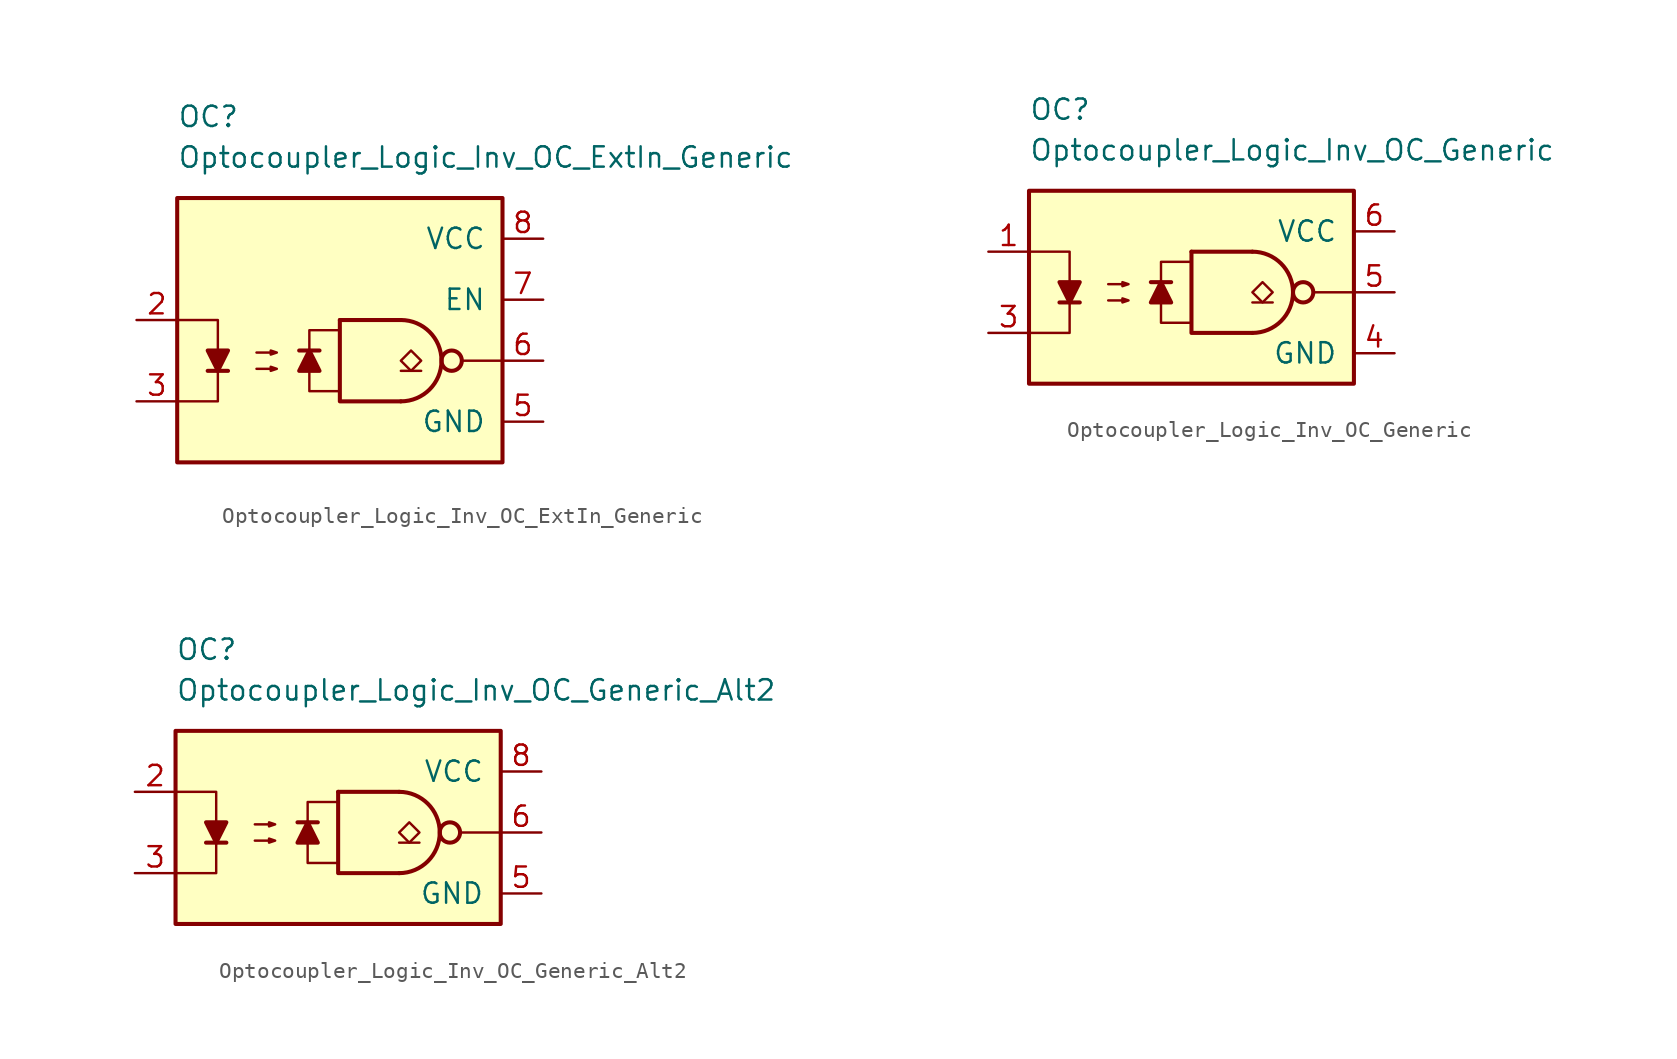
<source format=kicad_sym>
(kicad_symbol_lib
  (version 20211014)
  (generator kicad_symbol_editor)
  (symbol "Optocoupler_Logic_AKL:Optocoupler_Logic_Inv_OC_ExtIn_Generic"
    (pin_names
      (offset 1.016))
    (property "Reference" "OC"
      (at -10.16 15.24 0)
      (effects (font (size 1.27 1.27)) (justify left)))
    (property "Value" "Optocoupler_Logic_Inv_OC_ExtIn_Generic"
      (at -10.16 12.7 0)
      (effects (font (size 1.27 1.27)) (justify left)))
    (symbol "Optocoupler_Logic_Inv_OC_ExtIn_Generic_0_0"
      (rectangle (start -10.16 10.16) (end 10.16 -6.35) (stroke (width 0.254) (type default) (color 0 0 0 0)) (fill (type background)))
      (polyline (pts (xy 10.16 0) (xy 7.62 0)) (stroke (width 0) (type default) (color 0 0 0 0)) (fill (type none))))
    (symbol "Optocoupler_Logic_Inv_OC_ExtIn_Generic_0_1"
      (polyline (pts (xy -8.255 -0.635) (xy -6.985 -0.635)) (stroke (width 0.254) (type default) (color 0 0 0 0)) (fill (type none)))
      (polyline (pts (xy 0 2.54) (xy 3.81 2.54)) (stroke (width 0.254) (type default) (color 0 0 0 0)) (fill (type none)))
      (polyline (pts (xy 5.08 -0.635) (xy 3.81 -0.635)) (stroke (width 0.152) (type default) (color 0 0 0 0)) (fill (type none)))
      (polyline (pts (xy -10.16 2.54) (xy -7.62 2.54) (xy -7.62 -0.635)) (stroke (width 0) (type default) (color 0 0 0 0)) (fill (type none)))
      (polyline (pts (xy -7.62 -0.635) (xy -7.62 -2.54) (xy -10.16 -2.54)) (stroke (width 0) (type default) (color 0 0 0 0)) (fill (type none)))
      (polyline (pts (xy 0 2.54) (xy 0 -2.54) (xy 3.81 -2.54)) (stroke (width 0.254) (type default) (color 0 0 0 0)) (fill (type none)))
      (polyline (pts (xy -7.62 -0.635) (xy -8.255 0.635) (xy -6.985 0.635) (xy -7.62 -0.635)) (stroke (width 0.254) (type default) (color 0 0 0 0)) (fill (type outline)))
      (polyline (pts (xy -5.207 -0.508) (xy -3.937 -0.508) (xy -4.318 -0.635) (xy -4.318 -0.381) (xy -3.937 -0.508)) (stroke (width 0) (type default) (color 0 0 0 0)) (fill (type none)))
      (polyline (pts (xy -5.207 0.508) (xy -3.937 0.508) (xy -4.318 0.381) (xy -4.318 0.635) (xy -3.937 0.508)) (stroke (width 0) (type default) (color 0 0 0 0)) (fill (type none)))
      (polyline (pts (xy 4.445 -0.635) (xy 3.81 0) (xy 4.445 0.635) (xy 5.08 0) (xy 4.445 -0.635)) (stroke (width 0.152) (type default) (color 0 0 0 0)) (fill (type none)))
      (arc (start 3.81 -2.54) (mid 6.35 0) (end 3.81 2.54) (stroke (width 0.254) (type default) (color 0 0 0 0)) (fill (type none)))
      (circle (center 6.985 0) (radius 0.635) (stroke (width 0.254)) (stroke (width 0.254) (type default) (color 0 0 0 0)) (fill (type none))))
    (symbol "Optocoupler_Logic_Inv_OC_ExtIn_Generic_1_1"
      (polyline (pts (xy -1.27 0.635) (xy -2.54 0.635)) (stroke (width 0.254) (type default) (color 0 0 0 0)) (fill (type none)))
      (polyline (pts (xy -1.905 0.635) (xy -1.27 -0.635) (xy -2.54 -0.635) (xy -1.905 0.635)) (stroke (width 0.254) (type default) (color 0 0 0 0)) (fill (type outline)))
      (polyline (pts (xy 0 -1.905) (xy -1.905 -1.905) (xy -1.905 1.905) (xy 0 1.905)) (stroke (width 0.152) (type default) (color 0 0 0 0)) (fill (type none)))
      (pin passive line (at -12.7 2.54 0) (length 2.54) (name "~" (effects (font (size 1.27 1.27)))) (number "2" (effects (font (size 1.27 1.27)))))
      (pin passive line (at -12.7 -2.54 0) (length 2.54) (name "~" (effects (font (size 1.27 1.27)))) (number "3" (effects (font (size 1.27 1.27)))))
      (pin power_in line (at 12.7 -3.81 180) (length 2.54) (name "GND" (effects (font (size 1.27 1.27)))) (number "5" (effects (font (size 1.27 1.27)))))
      (pin open_collector line (at 12.7 0 180) (length 2.54) (name "~" (effects (font (size 1.27 1.27)))) (number "6" (effects (font (size 1.27 1.27)))))
      (pin input line (at 12.7 3.81 180) (length 2.54) (name "EN" (effects (font (size 1.27 1.27)))) (number "7" (effects (font (size 1.27 1.27)))))
      (pin power_in line (at 12.7 7.62 180) (length 2.54) (name "VCC" (effects (font (size 1.27 1.27)))) (number "8" (effects (font (size 1.27 1.27)))))))
  (symbol "Optocoupler_Logic_AKL:Optocoupler_Logic_Inv_OC_Generic"
    (pin_names
      (offset 1.016))
    (property "Reference" "OC"
      (at -11.43 11.43 0)
      (effects (font (size 1.27 1.27)) (justify left)))
    (property "Value" "Optocoupler_Logic_Inv_OC_Generic"
      (at -11.43 8.89 0)
      (effects (font (size 1.27 1.27)) (justify left)))
    (symbol "Optocoupler_Logic_Inv_OC_Generic_0_0"
      (rectangle (start -11.43 6.35) (end 8.89 -5.715) (stroke (width 0.254) (type default) (color 0 0 0 0)) (fill (type background)))
      (polyline (pts (xy 8.89 0) (xy 6.35 0)) (stroke (width 0) (type default) (color 0 0 0 0)) (fill (type none))))
    (symbol "Optocoupler_Logic_Inv_OC_Generic_0_1"
      (polyline (pts (xy -9.525 -0.635) (xy -8.255 -0.635)) (stroke (width 0.254) (type default) (color 0 0 0 0)) (fill (type none)))
      (polyline (pts (xy -1.27 2.54) (xy 2.54 2.54)) (stroke (width 0.254) (type default) (color 0 0 0 0)) (fill (type none)))
      (polyline (pts (xy 3.81 -0.635) (xy 2.54 -0.635)) (stroke (width 0.152) (type default) (color 0 0 0 0)) (fill (type none)))
      (polyline (pts (xy -11.43 2.54) (xy -8.89 2.54) (xy -8.89 -0.635)) (stroke (width 0) (type default) (color 0 0 0 0)) (fill (type none)))
      (polyline (pts (xy -8.89 -0.635) (xy -8.89 -2.54) (xy -11.43 -2.54)) (stroke (width 0) (type default) (color 0 0 0 0)) (fill (type none)))
      (polyline (pts (xy -1.27 2.54) (xy -1.27 -2.54) (xy 2.54 -2.54)) (stroke (width 0.254) (type default) (color 0 0 0 0)) (fill (type none)))
      (polyline (pts (xy -8.89 -0.635) (xy -9.525 0.635) (xy -8.255 0.635) (xy -8.89 -0.635)) (stroke (width 0.254) (type default) (color 0 0 0 0)) (fill (type outline)))
      (polyline (pts (xy -6.477 -0.508) (xy -5.207 -0.508) (xy -5.588 -0.635) (xy -5.588 -0.381) (xy -5.207 -0.508)) (stroke (width 0) (type default) (color 0 0 0 0)) (fill (type none)))
      (polyline (pts (xy -6.477 0.508) (xy -5.207 0.508) (xy -5.588 0.381) (xy -5.588 0.635) (xy -5.207 0.508)) (stroke (width 0) (type default) (color 0 0 0 0)) (fill (type none)))
      (polyline (pts (xy 3.175 -0.635) (xy 2.54 0) (xy 3.175 0.635) (xy 3.81 0) (xy 3.175 -0.635)) (stroke (width 0.152) (type default) (color 0 0 0 0)) (fill (type none)))
      (arc (start 2.54 -2.54) (mid 5.08 0) (end 2.54 2.54) (stroke (width 0.254) (type default) (color 0 0 0 0)) (fill (type none)))
      (circle (center 5.715 0) (radius 0.635) (stroke (width 0.254)) (stroke (width 0.254) (type default) (color 0 0 0 0)) (fill (type none))))
    (symbol "Optocoupler_Logic_Inv_OC_Generic_1_1"
      (polyline (pts (xy -2.54 0.635) (xy -3.81 0.635)) (stroke (width 0.254) (type default) (color 0 0 0 0)) (fill (type none)))
      (polyline (pts (xy -3.175 0.635) (xy -2.54 -0.635) (xy -3.81 -0.635) (xy -3.175 0.635)) (stroke (width 0.254) (type default) (color 0 0 0 0)) (fill (type outline)))
      (polyline (pts (xy -1.27 -1.905) (xy -3.175 -1.905) (xy -3.175 1.905) (xy -1.27 1.905)) (stroke (width 0.152) (type default) (color 0 0 0 0)) (fill (type none)))
      (pin passive line (at -13.97 2.54 0) (length 2.54) (name "~" (effects (font (size 1.27 1.27)))) (number "1" (effects (font (size 1.27 1.27)))))
      (pin passive line (at -13.97 -2.54 0) (length 2.54) (name "~" (effects (font (size 1.27 1.27)))) (number "3" (effects (font (size 1.27 1.27)))))
      (pin power_in line (at 11.43 -3.81 180) (length 2.54) (name "GND" (effects (font (size 1.27 1.27)))) (number "4" (effects (font (size 1.27 1.27)))))
      (pin output line (at 11.43 0 180) (length 2.54) (name "~" (effects (font (size 1.27 1.27)))) (number "5" (effects (font (size 1.27 1.27)))))
      (pin power_in line (at 11.43 3.81 180) (length 2.54) (name "VCC" (effects (font (size 1.27 1.27)))) (number "6" (effects (font (size 1.27 1.27)))))))
  (symbol "Optocoupler_Logic_AKL:Optocoupler_Logic_Inv_OC_Generic_Alt2"
    (pin_names
      (offset 1.016))
    (property "Reference" "OC"
      (at -11.43 11.43 0)
      (effects (font (size 1.27 1.27)) (justify left)))
    (property "Value" "Optocoupler_Logic_Inv_OC_Generic_Alt2"
      (at -11.43 8.89 0)
      (effects (font (size 1.27 1.27)) (justify left)))
    (symbol "Optocoupler_Logic_Inv_OC_Generic_Alt2_0_0"
      (rectangle (start -11.43 6.35) (end 8.89 -5.715) (stroke (width 0.254) (type default) (color 0 0 0 0)) (fill (type background)))
      (polyline (pts (xy 8.89 0) (xy 6.35 0)) (stroke (width 0) (type default) (color 0 0 0 0)) (fill (type none))))
    (symbol "Optocoupler_Logic_Inv_OC_Generic_Alt2_0_1"
      (polyline (pts (xy -9.525 -0.635) (xy -8.255 -0.635)) (stroke (width 0.254) (type default) (color 0 0 0 0)) (fill (type none)))
      (polyline (pts (xy -1.27 2.54) (xy 2.54 2.54)) (stroke (width 0.254) (type default) (color 0 0 0 0)) (fill (type none)))
      (polyline (pts (xy 3.81 -0.635) (xy 2.54 -0.635)) (stroke (width 0.152) (type default) (color 0 0 0 0)) (fill (type none)))
      (polyline (pts (xy -11.43 2.54) (xy -8.89 2.54) (xy -8.89 -0.635)) (stroke (width 0) (type default) (color 0 0 0 0)) (fill (type none)))
      (polyline (pts (xy -8.89 -0.635) (xy -8.89 -2.54) (xy -11.43 -2.54)) (stroke (width 0) (type default) (color 0 0 0 0)) (fill (type none)))
      (polyline (pts (xy -1.27 2.54) (xy -1.27 -2.54) (xy 2.54 -2.54)) (stroke (width 0.254) (type default) (color 0 0 0 0)) (fill (type none)))
      (polyline (pts (xy -8.89 -0.635) (xy -9.525 0.635) (xy -8.255 0.635) (xy -8.89 -0.635)) (stroke (width 0.254) (type default) (color 0 0 0 0)) (fill (type outline)))
      (polyline (pts (xy -6.477 -0.508) (xy -5.207 -0.508) (xy -5.588 -0.635) (xy -5.588 -0.381) (xy -5.207 -0.508)) (stroke (width 0) (type default) (color 0 0 0 0)) (fill (type none)))
      (polyline (pts (xy -6.477 0.508) (xy -5.207 0.508) (xy -5.588 0.381) (xy -5.588 0.635) (xy -5.207 0.508)) (stroke (width 0) (type default) (color 0 0 0 0)) (fill (type none)))
      (polyline (pts (xy 3.175 -0.635) (xy 2.54 0) (xy 3.175 0.635) (xy 3.81 0) (xy 3.175 -0.635)) (stroke (width 0.152) (type default) (color 0 0 0 0)) (fill (type none)))
      (arc (start 2.54 -2.54) (mid 5.08 0) (end 2.54 2.54) (stroke (width 0.254) (type default) (color 0 0 0 0)) (fill (type none)))
      (circle (center 5.715 0) (radius 0.635) (stroke (width 0.254)) (stroke (width 0.254) (type default) (color 0 0 0 0)) (fill (type none))))
    (symbol "Optocoupler_Logic_Inv_OC_Generic_Alt2_1_1"
      (polyline (pts (xy -2.54 0.635) (xy -3.81 0.635)) (stroke (width 0.254) (type default) (color 0 0 0 0)) (fill (type none)))
      (polyline (pts (xy -3.175 0.635) (xy -2.54 -0.635) (xy -3.81 -0.635) (xy -3.175 0.635)) (stroke (width 0.254) (type default) (color 0 0 0 0)) (fill (type outline)))
      (polyline (pts (xy -1.27 -1.905) (xy -3.175 -1.905) (xy -3.175 1.905) (xy -1.27 1.905)) (stroke (width 0.152) (type default) (color 0 0 0 0)) (fill (type none)))
      (pin passive line (at -13.97 2.54 0) (length 2.54) (name "~" (effects (font (size 1.27 1.27)))) (number "2" (effects (font (size 1.27 1.27)))))
      (pin passive line (at -13.97 -2.54 0) (length 2.54) (name "~" (effects (font (size 1.27 1.27)))) (number "3" (effects (font (size 1.27 1.27)))))
      (pin power_in line (at 11.43 -3.81 180) (length 2.54) (name "GND" (effects (font (size 1.27 1.27)))) (number "5" (effects (font (size 1.27 1.27)))))
      (pin open_collector line (at 11.43 0 180) (length 2.54) (name "~" (effects (font (size 1.27 1.27)))) (number "6" (effects (font (size 1.27 1.27)))))
      (pin power_in line (at 11.43 3.81 180) (length 2.54) (name "VCC" (effects (font (size 1.27 1.27)))) (number "8" (effects (font (size 1.27 1.27))))))))
</source>
